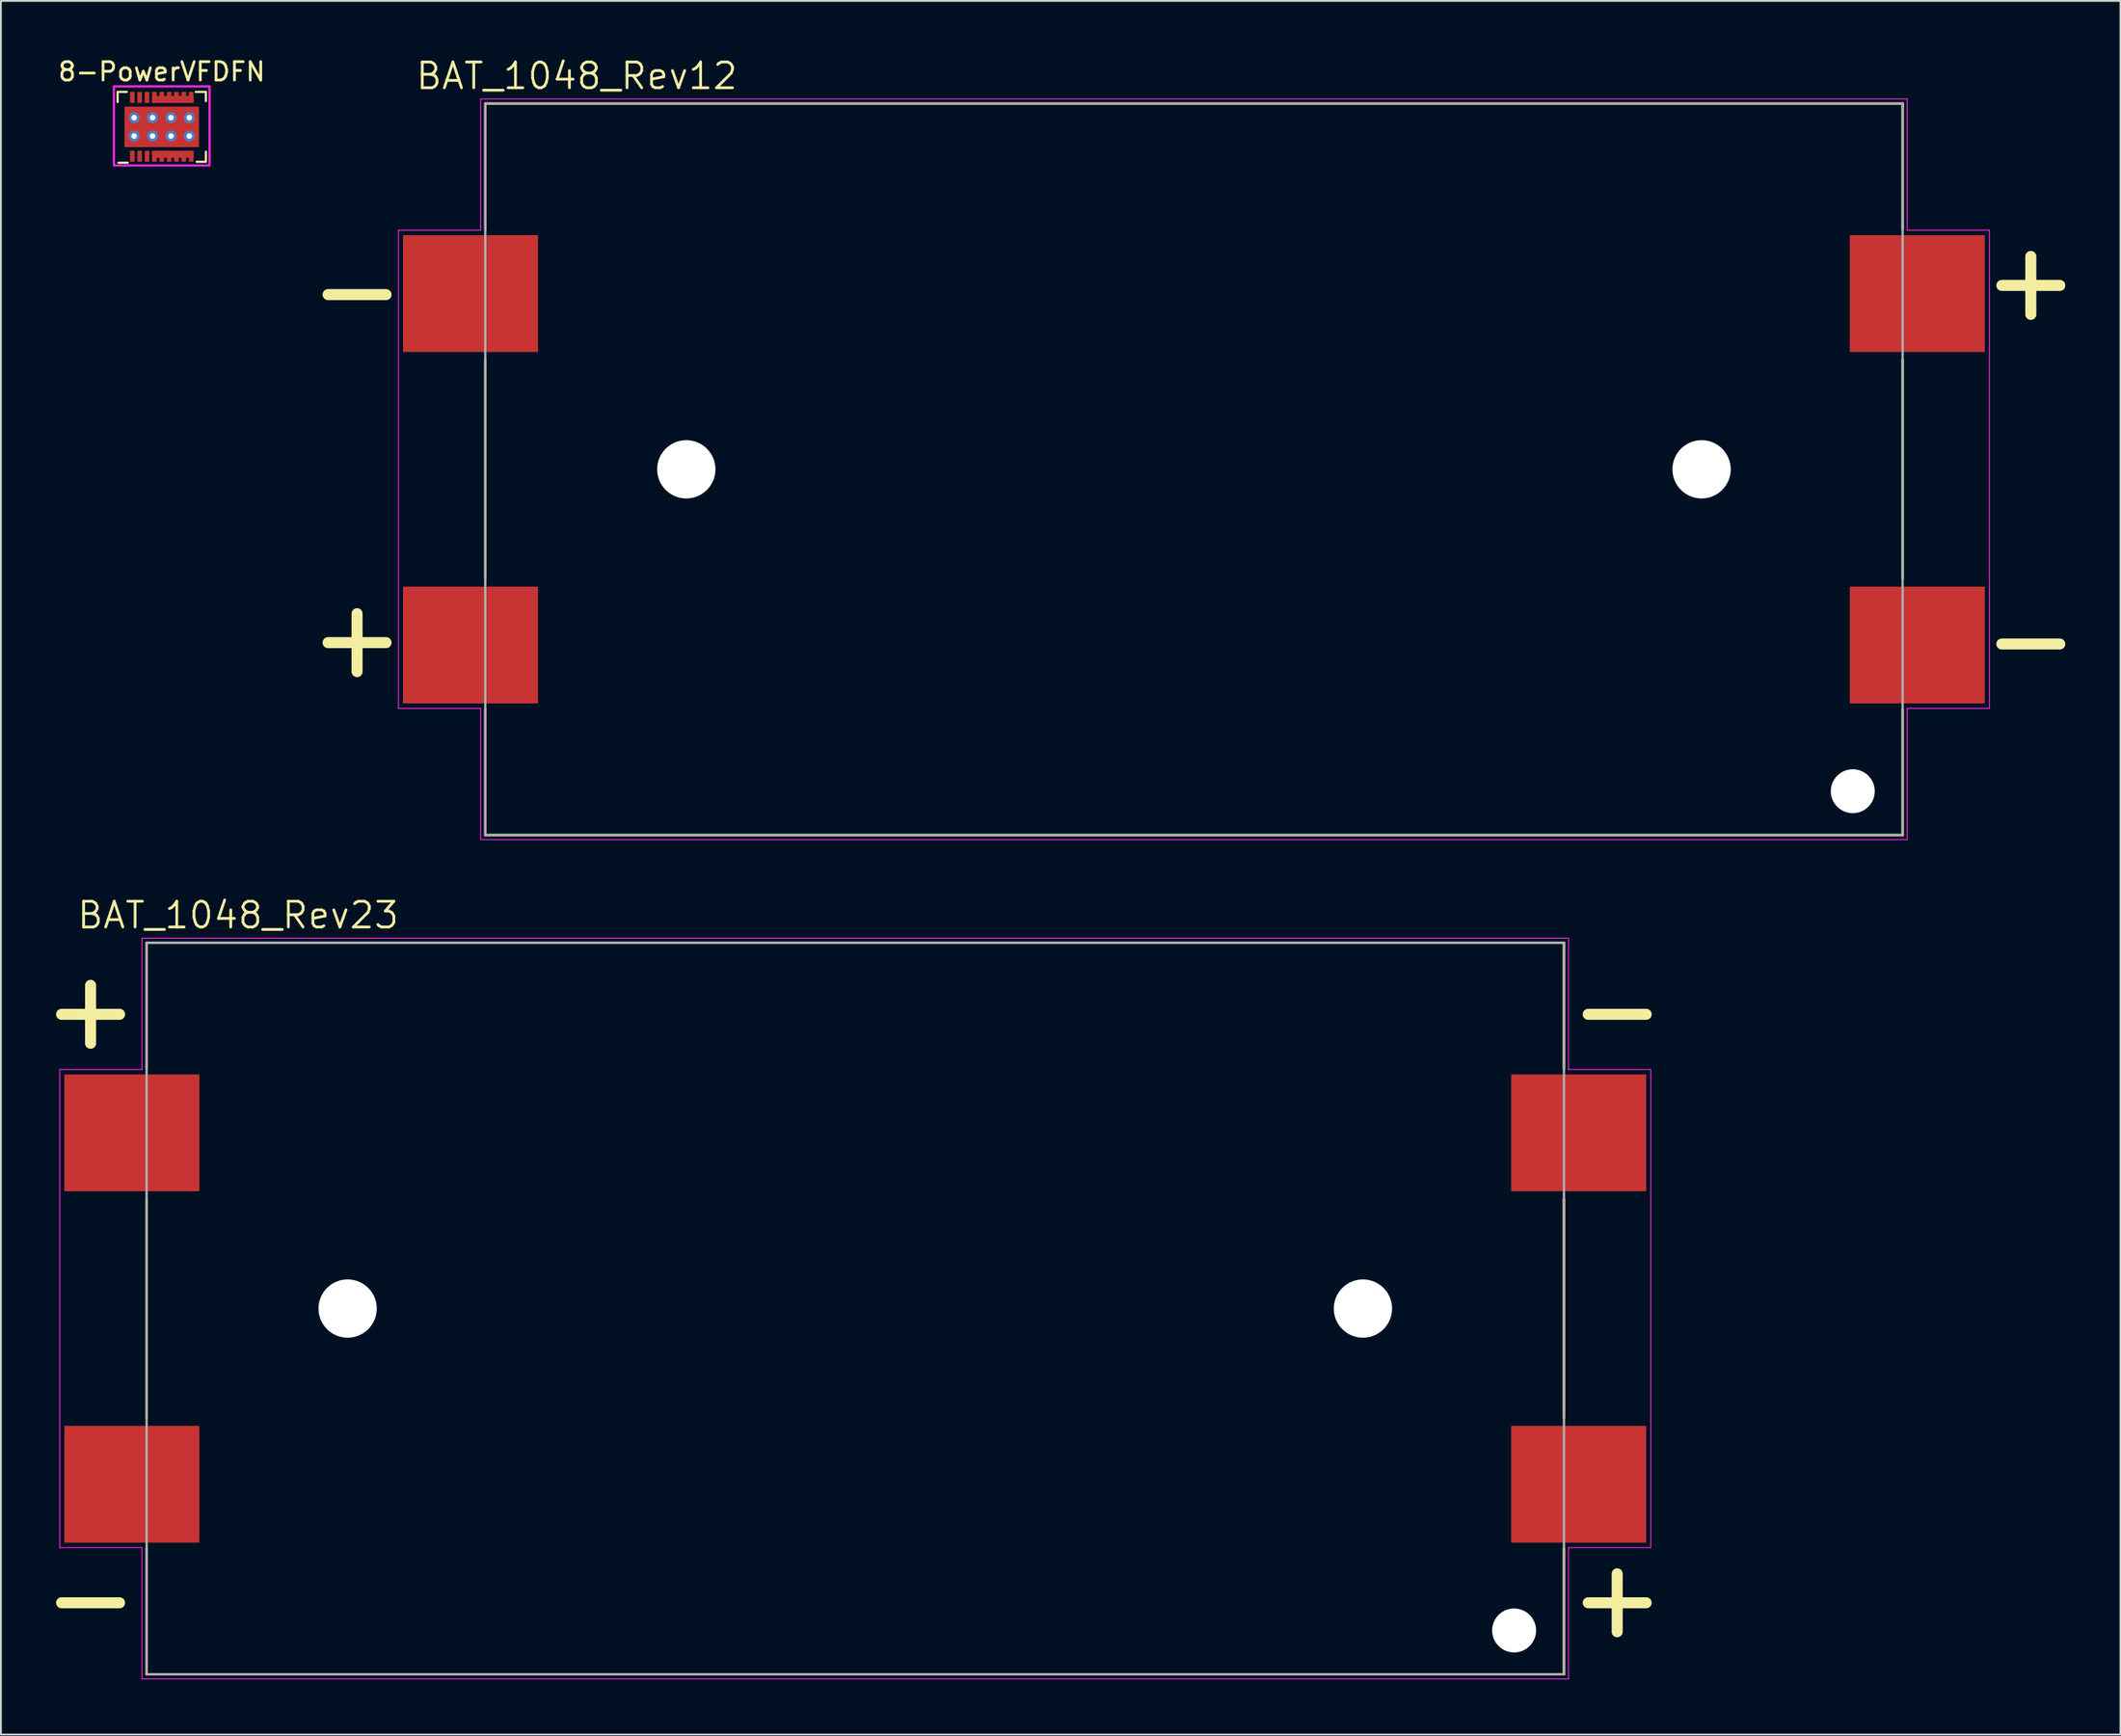
<source format=kicad_pcb>
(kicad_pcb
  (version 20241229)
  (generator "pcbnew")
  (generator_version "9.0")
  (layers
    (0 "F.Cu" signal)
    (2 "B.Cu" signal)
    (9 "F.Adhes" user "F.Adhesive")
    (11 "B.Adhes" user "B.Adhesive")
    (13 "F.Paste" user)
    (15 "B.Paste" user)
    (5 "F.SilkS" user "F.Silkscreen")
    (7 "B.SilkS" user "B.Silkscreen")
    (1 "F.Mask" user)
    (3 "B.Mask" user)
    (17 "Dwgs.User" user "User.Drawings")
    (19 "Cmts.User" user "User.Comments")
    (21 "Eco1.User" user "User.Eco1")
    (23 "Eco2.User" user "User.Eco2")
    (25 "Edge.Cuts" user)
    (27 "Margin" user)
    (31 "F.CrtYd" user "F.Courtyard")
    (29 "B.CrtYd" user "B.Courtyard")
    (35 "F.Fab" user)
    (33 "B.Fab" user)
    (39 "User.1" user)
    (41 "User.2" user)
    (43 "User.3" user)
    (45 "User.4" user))
  (footprint "BAT_1048_Rev12"
    (layer "F.Cu")
    (at 61.863 22.471)
    (property "Reference" "BAT_1048_Rev12" (at -33.555 -21.389 0) (layer "F.SilkS") (effects (font (size 1.4 1.4) (thickness 0.15))))
    (attr through_hole)
    (fp_line (start -47.075 -9.5) (end -43.925 -9.5) (stroke (width 0.6) (type solid)) (layer "F.SilkS"))
    (fp_line (start -47.075 9.425) (end -43.925 9.425) (stroke (width 0.6) (type solid)) (layer "F.SilkS"))
    (fp_line (start -45.5 11) (end -45.5 7.85) (stroke (width 0.6) (type solid)) (layer "F.SilkS"))
    (fp_line (start -38.53 -19.89) (end 38.53 -19.89) (stroke (width 0.127) (type solid)) (layer "F.SilkS"))
    (fp_line (start -38.53 -13.05) (end -38.53 -19.89) (stroke (width 0.127) (type solid)) (layer "F.SilkS"))
    (fp_line (start -38.53 -5.95) (end -38.53 5.95) (stroke (width 0.127) (type solid)) (layer "F.SilkS"))
    (fp_line (start -38.53 13.05) (end -38.53 19.89) (stroke (width 0.127) (type solid)) (layer "F.SilkS"))
    (fp_line (start -38.53 19.89) (end 38.53 19.89) (stroke (width 0.127) (type solid)) (layer "F.SilkS"))
    (fp_line (start 38.53 -19.89) (end 38.53 -13.05) (stroke (width 0.127) (type solid)) (layer "F.SilkS"))
    (fp_line (start 38.53 -5.95) (end 38.53 5.95) (stroke (width 0.127) (type solid)) (layer "F.SilkS"))
    (fp_line (start 38.53 19.89) (end 38.53 13.05) (stroke (width 0.127) (type solid)) (layer "F.SilkS"))
    (fp_line (start 43.925 -10) (end 47.075 -10) (stroke (width 0.6) (type solid)) (layer "F.SilkS"))
    (fp_line (start 43.925 9.5) (end 47.075 9.5) (stroke (width 0.6) (type solid)) (layer "F.SilkS"))
    (fp_line (start 45.5 -8.425) (end 45.5 -11.575) (stroke (width 0.6) (type solid)) (layer "F.SilkS"))
    (fp_line (start -43.25 -13) (end -38.78 -13) (stroke (width 0.05) (type solid)) (layer "F.CrtYd"))
    (fp_line (start -43.25 13) (end -43.25 -13) (stroke (width 0.05) (type solid)) (layer "F.CrtYd"))
    (fp_line (start -38.78 -20.14) (end 38.78 -20.14) (stroke (width 0.05) (type solid)) (layer "F.CrtYd"))
    (fp_line (start -38.78 -13) (end -38.78 -20.14) (stroke (width 0.05) (type solid)) (layer "F.CrtYd"))
    (fp_line (start -38.78 13) (end -43.25 13) (stroke (width 0.05) (type solid)) (layer "F.CrtYd"))
    (fp_line (start -38.78 20.14) (end -38.78 13) (stroke (width 0.05) (type solid)) (layer "F.CrtYd"))
    (fp_line (start 38.78 -20.14) (end 38.78 -13) (stroke (width 0.05) (type solid)) (layer "F.CrtYd"))
    (fp_line (start 38.78 -13) (end 43.25 -13) (stroke (width 0.05) (type solid)) (layer "F.CrtYd"))
    (fp_line (start 38.78 13) (end 38.78 20.14) (stroke (width 0.05) (type solid)) (layer "F.CrtYd"))
    (fp_line (start 38.78 20.14) (end -38.78 20.14) (stroke (width 0.05) (type solid)) (layer "F.CrtYd"))
    (fp_line (start 43.25 -13) (end 43.25 13) (stroke (width 0.05) (type solid)) (layer "F.CrtYd"))
    (fp_line (start 43.25 13) (end 38.78 13) (stroke (width 0.05) (type solid)) (layer "F.CrtYd"))
    (fp_line (start -38.53 -19.89) (end 38.53 -19.89) (stroke (width 0.127) (type solid)) (layer "F.Fab"))
    (fp_line (start -38.53 19.89) (end -38.53 -19.89) (stroke (width 0.127) (type solid)) (layer "F.Fab"))
    (fp_line (start 38.53 -19.89) (end 38.53 19.89) (stroke (width 0.127) (type solid)) (layer "F.Fab"))
    (fp_line (start 38.53 19.89) (end -38.53 19.89) (stroke (width 0.127) (type solid)) (layer "F.Fab"))
    (pad "" np_thru_hole circle (at -27.6 0) (size 3.17 3.17) (drill 3.17) (layers "*.Cu" "*.Mask"))
    (pad "" np_thru_hole circle (at 27.6 0) (size 3.17 3.17) (drill 3.17) (layers "*.Cu" "*.Mask"))
    (pad "" np_thru_hole circle (at 35.82 17.505) (size 2.39 2.39) (drill 2.39) (layers "*.Cu" "*.Mask"))
    (pad "1" smd rect (at 39.33 -9.555) (size 7.34 6.35) (layers "F.Cu" "F.Mask" "F.Paste"))
    (pad "2" smd rect (at -39.33 -9.555) (size 7.34 6.35) (layers "F.Cu" "F.Mask" "F.Paste"))
    (pad "3" smd rect (at -39.33 9.555) (size 7.34 6.35) (layers "F.Cu" "F.Mask" "F.Paste"))
    (pad "4" smd rect (at 39.33 9.555) (size 7.34 6.35) (layers "F.Cu" "F.Mask" "F.Paste")))
  (footprint "8-PowerVFDFN"
    (layer "F.Cu")
    (at 5.744 3.848)
    (property "Reference" "8-PowerVFDFN" (at 0 -3 0) (unlocked yes) (layer "F.SilkS") (effects (font (size 1 1) (thickness 0.15))))
    (attr smd)
    (fp_line (start -2.4 -1.9) (end -1.9 -1.9) (stroke (width 0.12) (type default)) (layer "F.SilkS"))
    (fp_line (start -2.4 -1.35) (end -2.4 -1.85) (stroke (width 0.12) (type default)) (layer "F.SilkS"))
    (fp_line (start -1.85 1.95) (end -2.35 1.95) (stroke (width 0.12) (type default)) (layer "F.SilkS"))
    (fp_line (start 1.85 -1.9) (end 2.35 -1.9) (stroke (width 0.12) (type default)) (layer "F.SilkS"))
    (fp_line (start 2.4 -1.9) (end 2.4 -1.4) (stroke (width 0.12) (type default)) (layer "F.SilkS"))
    (fp_line (start 2.4 1.35) (end 2.4 1.85) (stroke (width 0.12) (type default)) (layer "F.SilkS"))
    (fp_line (start 2.4 1.9) (end 1.9 1.9) (stroke (width 0.12) (type default)) (layer "F.SilkS"))
    (fp_rect (start -1.93 -1) (end -1.192 -0.15) (stroke (width 0) (type solid)) (fill yes) (layer "F.Paste"))
    (fp_rect (start -1.93 0.15) (end -1.192 1) (stroke (width 0) (type solid)) (fill yes) (layer "F.Paste"))
    (fp_rect (start -0.892 -1) (end -0.154 -0.15) (stroke (width 0) (type solid)) (fill yes) (layer "F.Paste"))
    (fp_rect (start -0.892 0.15) (end -0.154 1) (stroke (width 0) (type solid)) (fill yes) (layer "F.Paste"))
    (fp_rect (start 0.146 -1) (end 0.884 -0.15) (stroke (width 0) (type solid)) (fill yes) (layer "F.Paste"))
    (fp_rect (start 0.146 0.15) (end 0.884 1) (stroke (width 0) (type solid)) (fill yes) (layer "F.Paste"))
    (fp_rect (start 1.184 -1) (end 1.922 -0.15) (stroke (width 0) (type solid)) (fill yes) (layer "F.Paste"))
    (fp_rect (start 1.184 0.15) (end 1.922 1) (stroke (width 0) (type solid)) (fill yes) (layer "F.Paste"))
    (fp_rect (start -2.6 -2.2) (end 2.6 2.1) (stroke (width 0.12) (type default)) (fill no) (layer "F.CrtYd"))
    (pad "1" smd rect (at -1.6 1.6) (size 0.25 0.6) (layers "F.Cu" "F.Mask" "F.Paste"))
    (pad "2" smd rect (at -1.2 1.6) (size 0.25 0.6) (layers "F.Cu" "F.Mask" "F.Paste"))
    (pad "3" smd rect (at -0.8 1.6) (size 0.25 0.6) (layers "F.Cu" "F.Mask" "F.Paste"))
    (pad "4" smd rect (at -0.4 1.6) (size 0.25 0.6) (layers "F.Cu" "F.Mask" "F.Paste"))
    (pad "4" smd rect (at 0 1.6) (size 0.25 0.6) (layers "F.Cu" "F.Mask" "F.Paste"))
    (pad "4" smd rect (at 0.4 1.6) (size 0.25 0.6) (layers "F.Cu" "F.Mask" "F.Paste"))
    (pad "4" smd rect (at 0.6 1.49) (size 2.25 0.375) (layers "F.Cu" "F.Mask" "F.Paste"))
    (pad "4" smd rect (at 0.8 1.6) (size 0.25 0.6) (layers "F.Cu" "F.Mask" "F.Paste"))
    (pad "4" smd rect (at 1.2 1.6) (size 0.25 0.6) (layers "F.Cu" "F.Mask" "F.Paste"))
    (pad "4" smd rect (at 1.6 1.6) (size 0.25 0.6) (layers "F.Cu" "F.Mask" "F.Paste"))
    (pad "5" smd rect (at -0.4 -1.6) (size 0.25 0.6) (layers "F.Cu" "F.Mask" "F.Paste"))
    (pad "5" smd rect (at 0 -1.6) (size 0.25 0.6) (layers "F.Cu" "F.Mask" "F.Paste"))
    (pad "5" smd rect (at 0.4 -1.6) (size 0.25 0.6) (layers "F.Cu" "F.Mask" "F.Paste"))
    (pad "5" smd rect (at 0.6 -1.49) (size 2.25 0.375) (layers "F.Cu" "F.Mask" "F.Paste"))
    (pad "5" smd rect (at 0.8 -1.6) (size 0.25 0.6) (layers "F.Cu" "F.Mask" "F.Paste"))
    (pad "5" smd rect (at 1.2 -1.6) (size 0.25 0.6) (layers "F.Cu" "F.Mask" "F.Paste"))
    (pad "5" smd rect (at 1.6 -1.6) (size 0.25 0.6) (layers "F.Cu" "F.Mask" "F.Paste"))
    (pad "6" smd rect (at -0.8 -1.6) (size 0.25 0.6) (layers "F.Cu" "F.Mask" "F.Paste"))
    (pad "7" smd rect (at -1.2 -1.6) (size 0.25 0.6) (layers "F.Cu" "F.Mask" "F.Paste"))
    (pad "8" smd rect (at -1.6 -1.6) (size 0.25 0.6) (layers "F.Cu" "F.Mask" "F.Paste"))
    (pad "9" thru_hole circle (at -1.5 -0.5) (size 0.6 0.6) (drill 0.3) (property pad_prop_heatsink) (layers "*.Cu" "*.Mask"))
    (pad "9" thru_hole circle (at -1.5 0.5) (size 0.6 0.6) (drill 0.3) (property pad_prop_heatsink) (layers "*.Cu" "*.Mask"))
    (pad "9" thru_hole circle (at -0.5 -0.5) (size 0.6 0.6) (drill 0.3) (layers "*.Cu" "*.Mask"))
    (pad "9" thru_hole circle (at -0.5 0.5) (size 0.6 0.6) (drill 0.3) (layers "*.Cu" "*.Mask"))
    (pad "9" smd rect (at 0 0) (size 4.05 2.2) (layers "F.Cu" "F.Mask"))
    (pad "9" thru_hole circle (at 0.5 -0.5) (size 0.6 0.6) (drill 0.3) (layers "*.Cu" "*.Mask"))
    (pad "9" thru_hole circle (at 0.5 0.5) (size 0.6 0.6) (drill 0.3) (layers "*.Cu" "*.Mask"))
    (pad "9" thru_hole circle (at 1.5 -0.5) (size 0.6 0.6) (drill 0.3) (layers "*.Cu" "*.Mask"))
    (pad "9" thru_hole circle (at 1.5 0.5) (size 0.6 0.6) (drill 0.3) (layers "*.Cu" "*.Mask")))
  (footprint "BAT_1048_Rev23"
    (layer "F.Cu")
    (at 43.45 68.108)
    (property "Reference" "BAT_1048_Rev23" (at -33.555 -21.389 0) (layer "F.SilkS") (effects (font (size 1.4 1.4) (thickness 0.15))))
    (attr through_hole)
    (fp_line (start -43.15 -16) (end -40 -16) (stroke (width 0.6) (type solid)) (layer "F.SilkS"))
    (fp_line (start -43.15 16) (end -40 16) (stroke (width 0.6) (type solid)) (layer "F.SilkS"))
    (fp_line (start -41.575 -14.425) (end -41.575 -17.575) (stroke (width 0.6) (type solid)) (layer "F.SilkS"))
    (fp_line (start -38.53 -19.89) (end 38.53 -19.89) (stroke (width 0.127) (type solid)) (layer "F.SilkS"))
    (fp_line (start -38.53 -13.05) (end -38.53 -19.89) (stroke (width 0.127) (type solid)) (layer "F.SilkS"))
    (fp_line (start -38.53 -5.95) (end -38.53 5.95) (stroke (width 0.127) (type solid)) (layer "F.SilkS"))
    (fp_line (start -38.53 13.05) (end -38.53 19.89) (stroke (width 0.127) (type solid)) (layer "F.SilkS"))
    (fp_line (start -38.53 19.89) (end 38.53 19.89) (stroke (width 0.127) (type solid)) (layer "F.SilkS"))
    (fp_line (start 38.53 -19.89) (end 38.53 -13.05) (stroke (width 0.127) (type solid)) (layer "F.SilkS"))
    (fp_line (start 38.53 -5.95) (end 38.53 5.95) (stroke (width 0.127) (type solid)) (layer "F.SilkS"))
    (fp_line (start 38.53 19.89) (end 38.53 13.05) (stroke (width 0.127) (type solid)) (layer "F.SilkS"))
    (fp_line (start 39.85 -16) (end 43 -16) (stroke (width 0.6) (type solid)) (layer "F.SilkS"))
    (fp_line (start 39.85 16) (end 43 16) (stroke (width 0.6) (type solid)) (layer "F.SilkS"))
    (fp_line (start 41.425 17.575) (end 41.425 14.425) (stroke (width 0.6) (type solid)) (layer "F.SilkS"))
    (fp_line (start -43.25 -13) (end -38.78 -13) (stroke (width 0.05) (type solid)) (layer "F.CrtYd"))
    (fp_line (start -43.25 13) (end -43.25 -13) (stroke (width 0.05) (type solid)) (layer "F.CrtYd"))
    (fp_line (start -38.78 -20.14) (end 38.78 -20.14) (stroke (width 0.05) (type solid)) (layer "F.CrtYd"))
    (fp_line (start -38.78 -13) (end -38.78 -20.14) (stroke (width 0.05) (type solid)) (layer "F.CrtYd"))
    (fp_line (start -38.78 13) (end -43.25 13) (stroke (width 0.05) (type solid)) (layer "F.CrtYd"))
    (fp_line (start -38.78 20.14) (end -38.78 13) (stroke (width 0.05) (type solid)) (layer "F.CrtYd"))
    (fp_line (start 38.78 -20.14) (end 38.78 -13) (stroke (width 0.05) (type solid)) (layer "F.CrtYd"))
    (fp_line (start 38.78 -13) (end 43.25 -13) (stroke (width 0.05) (type solid)) (layer "F.CrtYd"))
    (fp_line (start 38.78 13) (end 38.78 20.14) (stroke (width 0.05) (type solid)) (layer "F.CrtYd"))
    (fp_line (start 38.78 20.14) (end -38.78 20.14) (stroke (width 0.05) (type solid)) (layer "F.CrtYd"))
    (fp_line (start 43.25 -13) (end 43.25 13) (stroke (width 0.05) (type solid)) (layer "F.CrtYd"))
    (fp_line (start 43.25 13) (end 38.78 13) (stroke (width 0.05) (type solid)) (layer "F.CrtYd"))
    (fp_line (start -38.53 -19.89) (end 38.53 -19.89) (stroke (width 0.127) (type solid)) (layer "F.Fab"))
    (fp_line (start -38.53 19.89) (end -38.53 -19.89) (stroke (width 0.127) (type solid)) (layer "F.Fab"))
    (fp_line (start 38.53 -19.89) (end 38.53 19.89) (stroke (width 0.127) (type solid)) (layer "F.Fab"))
    (fp_line (start 38.53 19.89) (end -38.53 19.89) (stroke (width 0.127) (type solid)) (layer "F.Fab"))
    (pad "" np_thru_hole circle (at -27.6 0) (size 3.17 3.17) (drill 3.17) (layers "*.Cu" "*.Mask"))
    (pad "" np_thru_hole circle (at 27.6 0) (size 3.17 3.17) (drill 3.17) (layers "*.Cu" "*.Mask"))
    (pad "" np_thru_hole circle (at 35.82 17.505) (size 2.39 2.39) (drill 2.39) (layers "*.Cu" "*.Mask"))
    (pad "1" smd rect (at -39.33 -9.555) (size 7.34 6.35) (layers "F.Cu" "F.Mask" "F.Paste"))
    (pad "2" smd rect (at -39.33 9.555) (size 7.34 6.35) (layers "F.Cu" "F.Mask" "F.Paste"))
    (pad "2" smd rect (at 39.33 -9.555) (size 7.34 6.35) (layers "F.Cu" "F.Mask" "F.Paste"))
    (pad "3" smd rect (at 39.33 9.555) (size 7.34 6.35) (layers "F.Cu" "F.Mask" "F.Paste")))
  (gr_rect
    (start -3 -3)
    (end 112.238 91.272)
    (stroke (width 0.1) (type default))
    (fill no)
    (layer "Edge.Cuts")))
</source>
